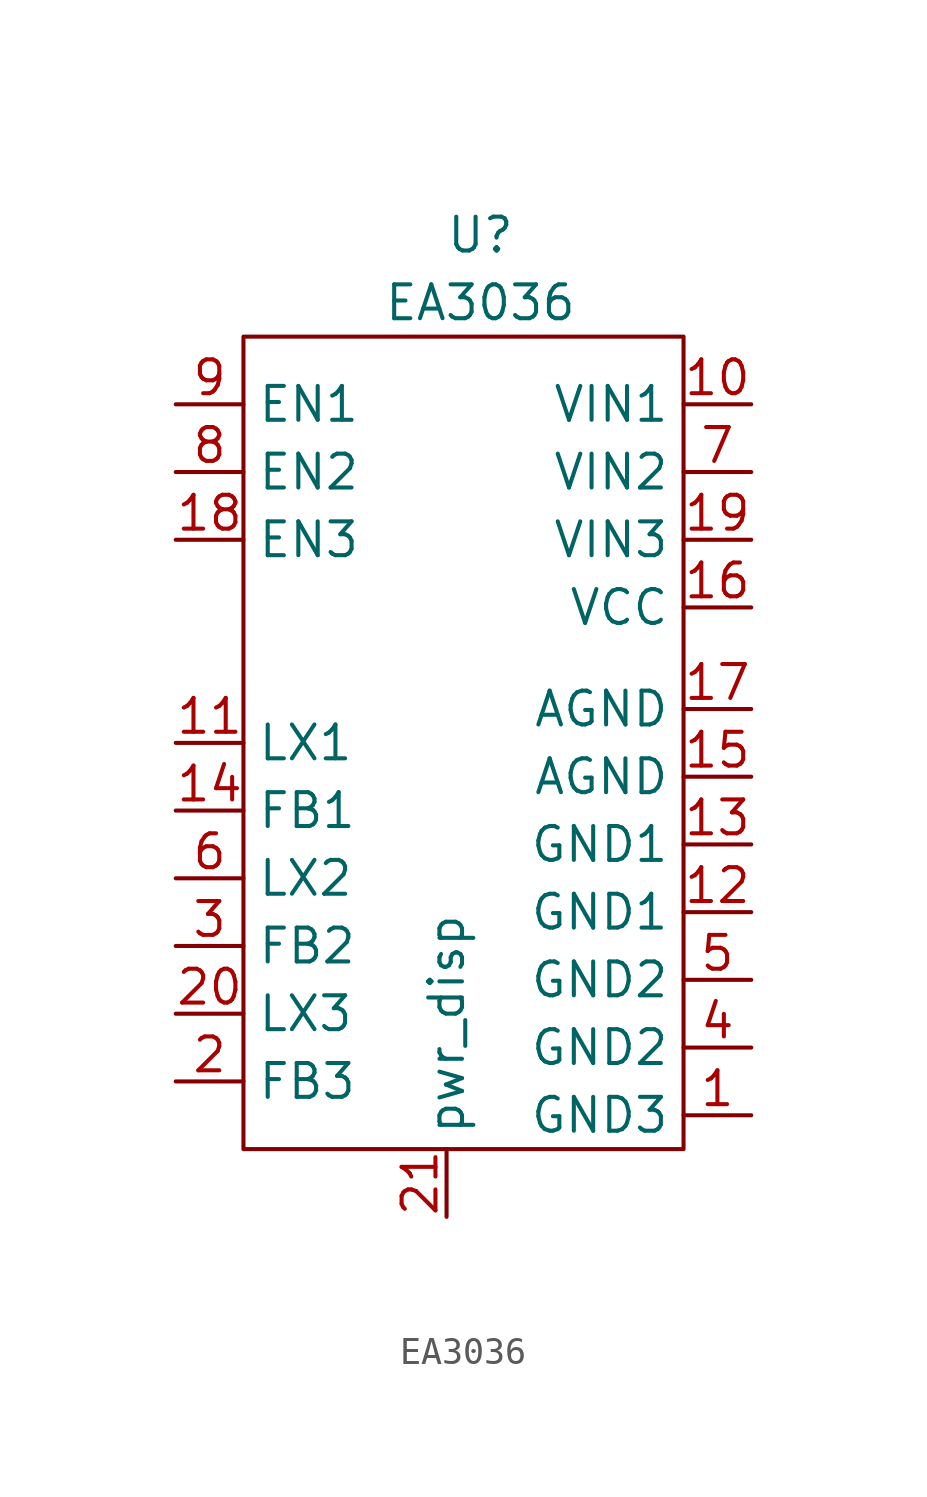
<source format=kicad_sym>
(kicad_symbol_lib
  (version 20211014)
  (generator kicad_symbol_editor)
  (symbol "EA3036"
    (property "Reference" "U"
      (at -1.27 21.59 0)
      (effects (font (size 1.27 1.27))))
    (property "Value" "EA3036"
      (at -1.27 19.05 0)
      (effects (font (size 1.27 1.27))))
    (symbol "EA3036_0_1"
      (rectangle (start -10.16 17.78) (end 6.35 -12.7) (stroke (width 0) (type default) (color 0 0 0 0)) (fill (type none))))
    (symbol "EA3036_1_1"
      (pin power_in line (at 8.89 -11.43 180) (length 2.54) (name "GND3" (effects (font (size 1.27 1.27)))) (number "1" (effects (font (size 1.27 1.27)))))
      (pin power_in line (at 8.89 15.24 180) (length 2.54) (name "VIN1" (effects (font (size 1.27 1.27)))) (number "10" (effects (font (size 1.27 1.27)))))
      (pin power_out line (at -12.7 2.54 0) (length 2.54) (name "LX1" (effects (font (size 1.27 1.27)))) (number "11" (effects (font (size 1.27 1.27)))))
      (pin power_in line (at 8.89 -3.81 180) (length 2.54) (name "GND1" (effects (font (size 1.27 1.27)))) (number "12" (effects (font (size 1.27 1.27)))))
      (pin power_in line (at 8.89 -1.27 180) (length 2.54) (name "GND1" (effects (font (size 1.27 1.27)))) (number "13" (effects (font (size 1.27 1.27)))))
      (pin power_out line (at -12.7 0 0) (length 2.54) (name "FB1" (effects (font (size 1.27 1.27)))) (number "14" (effects (font (size 1.27 1.27)))))
      (pin power_in line (at 8.89 1.27 180) (length 2.54) (name "AGND" (effects (font (size 1.27 1.27)))) (number "15" (effects (font (size 1.27 1.27)))))
      (pin power_in line (at 8.89 7.62 180) (length 2.54) (name "VCC" (effects (font (size 1.27 1.27)))) (number "16" (effects (font (size 1.27 1.27)))))
      (pin power_in line (at 8.89 3.81 180) (length 2.54) (name "AGND" (effects (font (size 1.27 1.27)))) (number "17" (effects (font (size 1.27 1.27)))))
      (pin input line (at -12.7 10.16 0) (length 2.54) (name "EN3" (effects (font (size 1.27 1.27)))) (number "18" (effects (font (size 1.27 1.27)))))
      (pin power_in line (at 8.89 10.16 180) (length 2.54) (name "VIN3" (effects (font (size 1.27 1.27)))) (number "19" (effects (font (size 1.27 1.27)))))
      (pin power_out line (at -12.7 -10.16 0) (length 2.54) (name "FB3" (effects (font (size 1.27 1.27)))) (number "2" (effects (font (size 1.27 1.27)))))
      (pin power_out line (at -12.7 -7.62 0) (length 2.54) (name "LX3" (effects (font (size 1.27 1.27)))) (number "20" (effects (font (size 1.27 1.27)))))
      (pin passive line (at -2.54 -15.24 90) (length 2.54) (name "pwr_disp" (effects (font (size 1.27 1.27)))) (number "21" (effects (font (size 1.27 1.27)))))
      (pin power_out line (at -12.7 -5.08 0) (length 2.54) (name "FB2" (effects (font (size 1.27 1.27)))) (number "3" (effects (font (size 1.27 1.27)))))
      (pin power_in line (at 8.89 -8.89 180) (length 2.54) (name "GND2" (effects (font (size 1.27 1.27)))) (number "4" (effects (font (size 1.27 1.27)))))
      (pin power_in line (at 8.89 -6.35 180) (length 2.54) (name "GND2" (effects (font (size 1.27 1.27)))) (number "5" (effects (font (size 1.27 1.27)))))
      (pin power_out line (at -12.7 -2.54 0) (length 2.54) (name "LX2" (effects (font (size 1.27 1.27)))) (number "6" (effects (font (size 1.27 1.27)))))
      (pin power_in line (at 8.89 12.7 180) (length 2.54) (name "VIN2" (effects (font (size 1.27 1.27)))) (number "7" (effects (font (size 1.27 1.27)))))
      (pin input line (at -12.7 12.7 0) (length 2.54) (name "EN2" (effects (font (size 1.27 1.27)))) (number "8" (effects (font (size 1.27 1.27)))))
      (pin input line (at -12.7 15.24 0) (length 2.54) (name "EN1" (effects (font (size 1.27 1.27)))) (number "9" (effects (font (size 1.27 1.27))))))))
</source>
